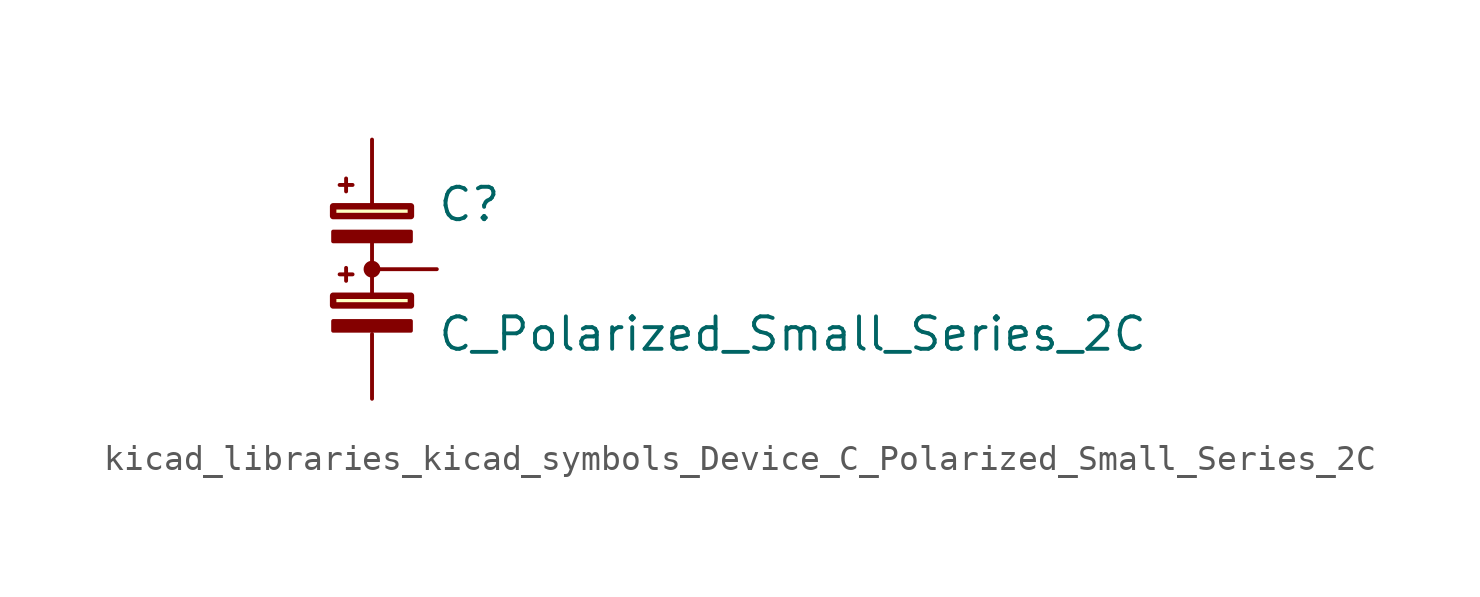
<source format=kicad_sym>
(kicad_symbol_lib
  (version 20220914)
  (generator kicad_symbol_editor)
  (symbol "kicad_libraries_kicad_symbols_Device_C_Polarized_Small_Series_2C"
    (pin_numbers hide)
    (pin_names hide)
    (property "Reference" "C"
      (at 2.54 2.54 0)
      (effects (font (size 1.27 1.27)) (justify left)))
    (property "Value" "C_Polarized_Small_Series_2C"
      (at 2.54 -2.54 0)
      (effects (font (size 1.27 1.27)) (justify left)))
    (symbol "kicad_libraries_kicad_symbols_Device_C_Polarized_Small_Series_2C_0_1"
      (rectangle (start -1.524 -2.032) (end 1.524 -2.413) (stroke (width 0) (type default)) (fill (type outline)))
      (rectangle (start -1.524 -1.041) (end 1.524 -1.422) (stroke (width 0.254) (type default)) (fill (type background)))
      (rectangle (start -1.524 1.473) (end 1.524 1.092) (stroke (width 0) (type default)) (fill (type outline)))
      (rectangle (start -1.524 2.464) (end 1.524 2.083) (stroke (width 0.254) (type default)) (fill (type background)))
      (polyline (pts (xy -1.27 -0.203) (xy -0.762 -0.203)) (stroke (width 0) (type default)) (fill (type none)))
      (polyline (pts (xy -1.27 3.302) (xy -0.762 3.302)) (stroke (width 0) (type default)) (fill (type none)))
      (polyline (pts (xy -1.016 -0.457) (xy -1.016 0.051)) (stroke (width 0) (type default)) (fill (type none)))
      (polyline (pts (xy -1.016 3.048) (xy -1.016 3.556)) (stroke (width 0) (type default)) (fill (type none)))
      (polyline (pts (xy 0 1.016) (xy 0 -1.016)) (stroke (width 0.152) (type default)) (fill (type none)))
      (circle (center 0 0) (radius 0.254) (stroke (width 0) (type default)) (fill (type outline))))
    (symbol "kicad_libraries_kicad_symbols_Device_C_Polarized_Small_Series_2C_1_1"
      (pin passive line (at 0 5.08 270) (length 2.54) (name "~" (effects (font (size 1.27 1.27)))) (number "1" (effects (font (size 1.27 1.27)))))
      (pin passive line (at 2.54 0 180) (length 2.54) (name "~" (effects (font (size 1.27 1.27)))) (number "2" (effects (font (size 1.27 1.27)))))
      (pin passive line (at 0 -5.08 90) (length 2.54) (name "~" (effects (font (size 1.27 1.27)))) (number "3" (effects (font (size 1.27 1.27))))))))
</source>
